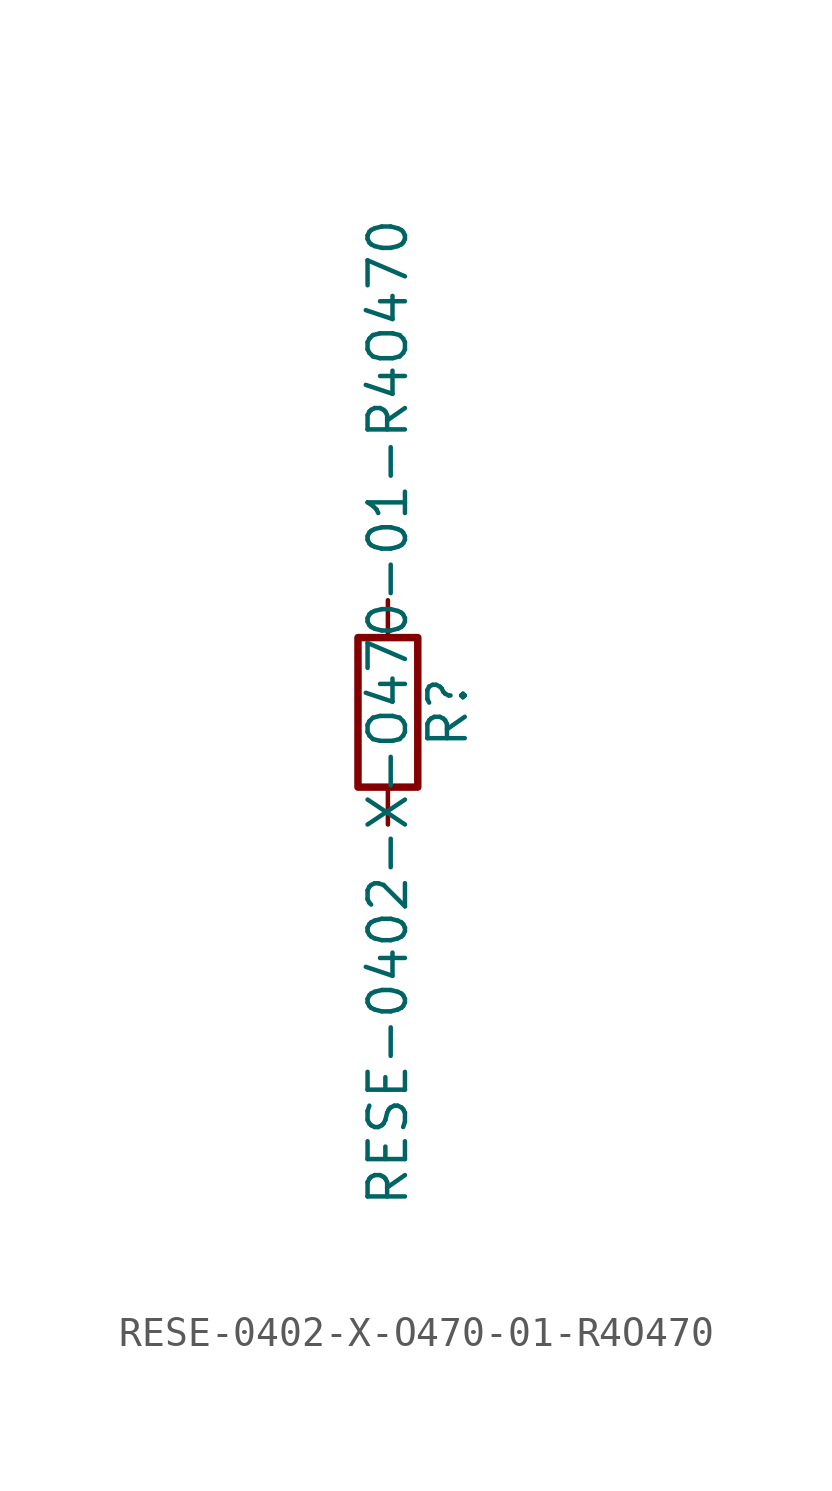
<source format=kicad_sym>
(kicad_symbol_lib
  (version 20211014)
  (generator kicad_symbol_editor)
  (symbol "RESE-0402-X-O470-01-R4O470"
    (pin_numbers hide)
    (pin_names
      (offset 0))
    (property "Reference" "R"
      (at 2.032 0 90)
      (effects (font (size 1.27 1.27))))
    (property "Value" "RESE-0402-X-O470-01-R4O470"
      (at 0 0 90)
      (effects (font (size 1.27 1.27))))
    (symbol "RESE-0402-X-O470-01-R4O470_0_1"
      (rectangle (start -1.016 -2.54) (end 1.016 2.54) (stroke (width 0.254) (type default) (color 0 0 0 0)) (fill (type none))))
    (symbol "RESE-0402-X-O470-01-R4O470_1_1"
      (pin passive line (at 0 3.81 270) (length 1.27) (name "~" (effects (font (size 1.27 1.27)))) (number "1" (effects (font (size 1.27 1.27)))))
      (pin passive line (at 0 -3.81 90) (length 1.27) (name "~" (effects (font (size 1.27 1.27)))) (number "2" (effects (font (size 1.27 1.27))))))))
</source>
